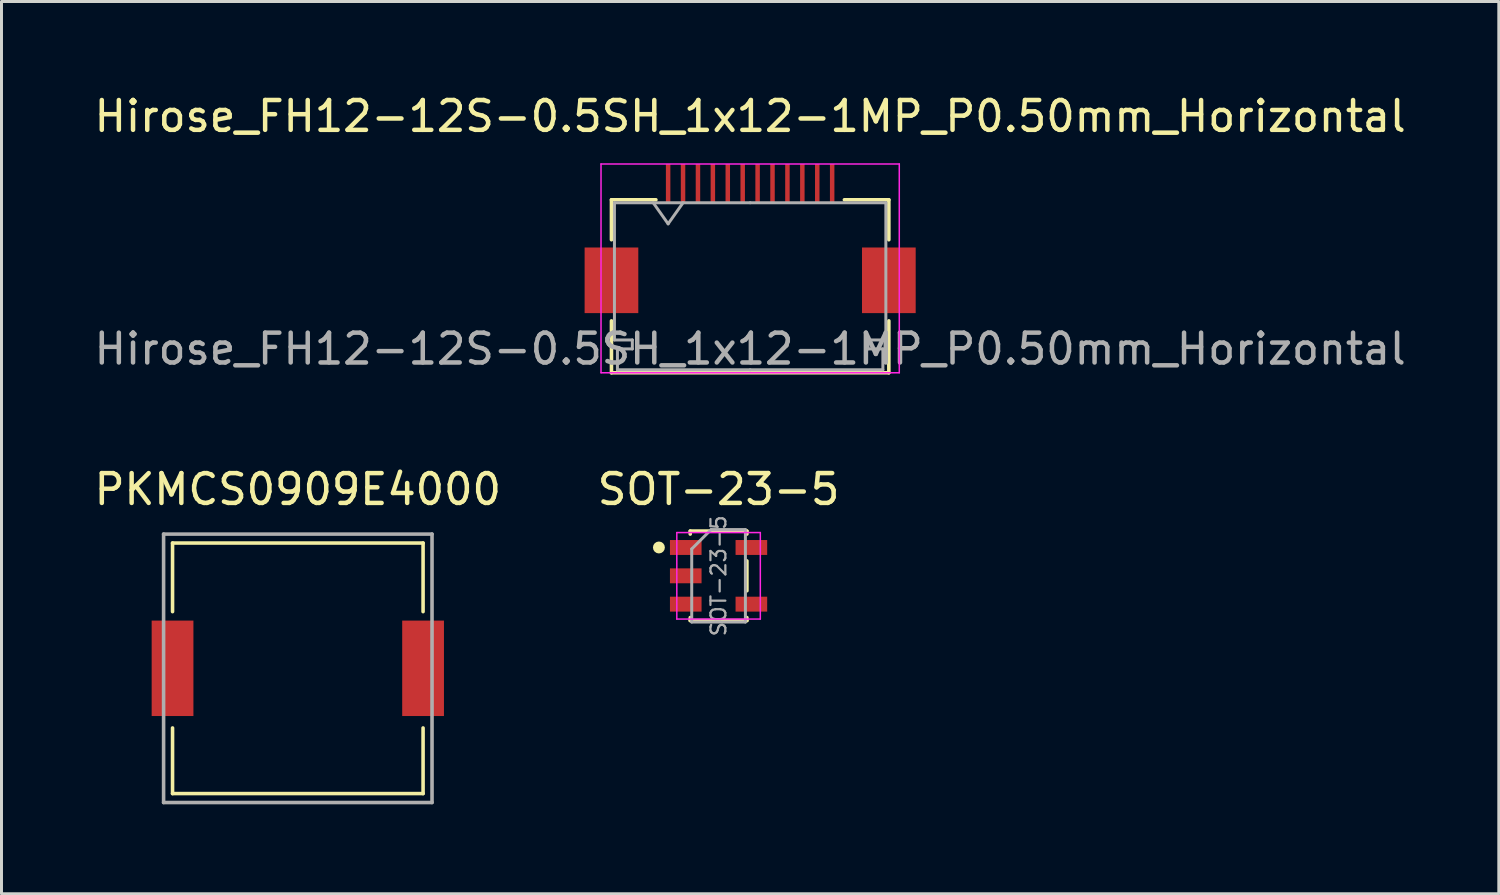
<source format=kicad_pcb>
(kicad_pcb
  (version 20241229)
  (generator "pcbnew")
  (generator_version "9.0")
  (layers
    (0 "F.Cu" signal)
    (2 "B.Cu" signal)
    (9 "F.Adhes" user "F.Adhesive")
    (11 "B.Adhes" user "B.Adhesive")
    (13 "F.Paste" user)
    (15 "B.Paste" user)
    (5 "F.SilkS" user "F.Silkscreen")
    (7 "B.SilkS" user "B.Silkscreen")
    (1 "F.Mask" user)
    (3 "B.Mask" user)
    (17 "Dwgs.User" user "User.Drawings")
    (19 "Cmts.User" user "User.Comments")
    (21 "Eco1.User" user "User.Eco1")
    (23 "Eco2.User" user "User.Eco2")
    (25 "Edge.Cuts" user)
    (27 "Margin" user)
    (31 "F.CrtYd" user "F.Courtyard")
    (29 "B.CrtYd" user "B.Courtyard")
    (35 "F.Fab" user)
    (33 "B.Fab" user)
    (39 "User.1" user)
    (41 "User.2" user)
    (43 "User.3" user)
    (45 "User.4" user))
  (footprint "SOT-23-5"
    (layer "F.Cu")
    (at 21.042 16.256)
    (property "Reference" "SOT-23-5" (at 0 -2.9 0) (layer "F.SilkS") (effects (font (size 1 1) (thickness 0.15))))
    (attr smd)
    (fp_line (start -0.95 -1.5) (end -0.95 -1.4) (stroke (width 0.12) (type solid)) (layer "F.SilkS"))
    (fp_line (start -0.95 1.4) (end -0.95 1.5) (stroke (width 0.12) (type solid)) (layer "F.SilkS"))
    (fp_line (start -0.95 1.5) (end 0.95 1.5) (stroke (width 0.12) (type solid)) (layer "F.SilkS"))
    (fp_line (start 0.95 -1.5) (end -0.95 -1.5) (stroke (width 0.12) (type solid)) (layer "F.SilkS"))
    (fp_line (start 0.95 -1.4) (end 0.95 -1.5) (stroke (width 0.12) (type solid)) (layer "F.SilkS"))
    (fp_line (start 0.95 -0.5) (end 0.95 0.5) (stroke (width 0.12) (type solid)) (layer "F.SilkS"))
    (fp_line (start 0.95 1.5) (end 0.95 1.4) (stroke (width 0.12) (type solid)) (layer "F.SilkS"))
    (fp_circle (center -2 -0.95) (end -1.9 -0.95) (stroke (width 0.2) (type solid)) (fill no) (layer "F.SilkS"))
    (fp_line (start -1.4 -1.45) (end 1.4 -1.45) (stroke (width 0.05) (type solid)) (layer "F.CrtYd"))
    (fp_line (start -1.4 1.45) (end -1.4 -1.45) (stroke (width 0.05) (type solid)) (layer "F.CrtYd"))
    (fp_line (start 1.4 -1.45) (end 1.4 1.45) (stroke (width 0.05) (type solid)) (layer "F.CrtYd"))
    (fp_line (start 1.4 1.45) (end -1.4 1.45) (stroke (width 0.05) (type solid)) (layer "F.CrtYd"))
    (fp_line (start -0.9 -0.9) (end -0.9 1.55) (stroke (width 0.1) (type solid)) (layer "F.Fab"))
    (fp_line (start -0.9 -0.9) (end -0.25 -1.55) (stroke (width 0.1) (type solid)) (layer "F.Fab"))
    (fp_line (start 0.9 -1.55) (end -0.25 -1.55) (stroke (width 0.1) (type solid)) (layer "F.Fab"))
    (fp_line (start 0.9 -1.55) (end 0.9 1.55) (stroke (width 0.1) (type solid)) (layer "F.Fab"))
    (fp_line (start 0.9 1.55) (end -0.9 1.55) (stroke (width 0.1) (type solid)) (layer "F.Fab"))
    (fp_text user "${REFERENCE}" (at 0 0 90) (layer "F.Fab") (effects (font (size 0.5 0.5) (thickness 0.075))))
    (pad "1" smd rect (at -1.1 -0.95) (size 1.06 0.5) (layers "F.Cu" "F.Mask" "F.Paste"))
    (pad "2" smd rect (at -1.1 0) (size 1.06 0.5) (layers "F.Cu" "F.Mask" "F.Paste"))
    (pad "3" smd rect (at -1.1 0.95) (size 1.06 0.5) (layers "F.Cu" "F.Mask" "F.Paste"))
    (pad "4" smd rect (at 1.1 0.95) (size 1.06 0.5) (layers "F.Cu" "F.Mask" "F.Paste"))
    (pad "5" smd rect (at 1.1 -0.95) (size 1.06 0.5) (layers "F.Cu" "F.Mask" "F.Paste")))
  (footprint "Hirose_FH12-12S-0.5SH_1x12-1MP_P0.50mm_Horizontal"
    (layer "F.Cu")
    (at 22.101 4.948)
    (property "Reference" "Hirose_FH12-12S-0.5SH_1x12-1MP_P0.50mm_Horizontal" (at 0 -4.1 0) (layer "F.SilkS") (effects (font (size 1 1) (thickness 0.15))))
    (attr smd)
    (fp_line (start -4.65 -1.3) (end -4.65 0.04) (stroke (width 0.12) (type solid)) (layer "F.SilkS"))
    (fp_line (start -4.65 2.76) (end -4.65 4.5) (stroke (width 0.12) (type solid)) (layer "F.SilkS"))
    (fp_line (start -4.65 4.5) (end 4.65 4.5) (stroke (width 0.12) (type solid)) (layer "F.SilkS"))
    (fp_line (start -3.16 -1.3) (end -4.65 -1.3) (stroke (width 0.12) (type solid)) (layer "F.SilkS"))
    (fp_line (start 3.16 -1.3) (end 4.65 -1.3) (stroke (width 0.12) (type solid)) (layer "F.SilkS"))
    (fp_line (start 4.65 -1.3) (end 4.65 0.04) (stroke (width 0.12) (type solid)) (layer "F.SilkS"))
    (fp_line (start 4.65 4.5) (end 4.65 2.76) (stroke (width 0.12) (type solid)) (layer "F.SilkS"))
    (fp_line (start -5 -2.5) (end -5 4.5) (stroke (width 0.05) (type solid)) (layer "F.CrtYd"))
    (fp_line (start -5 4.5) (end 5 4.5) (stroke (width 0.05) (type solid)) (layer "F.CrtYd"))
    (fp_line (start 5 -2.5) (end -5 -2.5) (stroke (width 0.05) (type solid)) (layer "F.CrtYd"))
    (fp_line (start 5 4.5) (end 5 -2.5) (stroke (width 0.05) (type solid)) (layer "F.CrtYd"))
    (fp_line (start -4.55 -1.2) (end -4.55 3.4) (stroke (width 0.1) (type solid)) (layer "F.Fab"))
    (fp_line (start -4.55 3.4) (end -3.95 3.4) (stroke (width 0.1) (type solid)) (layer "F.Fab"))
    (fp_line (start -4.45 3.7) (end -4.45 4.4) (stroke (width 0.1) (type solid)) (layer "F.Fab"))
    (fp_line (start -4.45 4.4) (end 0 4.4) (stroke (width 0.1) (type solid)) (layer "F.Fab"))
    (fp_line (start -3.95 3.4) (end -3.95 3.7) (stroke (width 0.1) (type solid)) (layer "F.Fab"))
    (fp_line (start -3.95 3.7) (end -4.45 3.7) (stroke (width 0.1) (type solid)) (layer "F.Fab"))
    (fp_line (start -3.25 -1.2) (end -2.75 -0.493) (stroke (width 0.1) (type solid)) (layer "F.Fab"))
    (fp_line (start -2.75 -0.493) (end -2.25 -1.2) (stroke (width 0.1) (type solid)) (layer "F.Fab"))
    (fp_line (start 0 -1.2) (end -4.55 -1.2) (stroke (width 0.1) (type solid)) (layer "F.Fab"))
    (fp_line (start 0 -1.2) (end 4.55 -1.2) (stroke (width 0.1) (type solid)) (layer "F.Fab"))
    (fp_line (start 3.95 3.4) (end 3.95 3.7) (stroke (width 0.1) (type solid)) (layer "F.Fab"))
    (fp_line (start 3.95 3.7) (end 4.45 3.7) (stroke (width 0.1) (type solid)) (layer "F.Fab"))
    (fp_line (start 4.45 3.7) (end 4.45 4.4) (stroke (width 0.1) (type solid)) (layer "F.Fab"))
    (fp_line (start 4.45 4.4) (end 0 4.4) (stroke (width 0.1) (type solid)) (layer "F.Fab"))
    (fp_line (start 4.55 -1.2) (end 4.55 3.4) (stroke (width 0.1) (type solid)) (layer "F.Fab"))
    (fp_line (start 4.55 3.4) (end 3.95 3.4) (stroke (width 0.1) (type solid)) (layer "F.Fab"))
    (fp_text user "${REFERENCE}" (at 0 3.7 0) (layer "F.Fab") (effects (font (size 1 1) (thickness 0.15))))
    (pad "" smd rect (at -4.65 1.4) (size 1.8 2.2) (layers "F.Cu" "F.Mask" "F.Paste"))
    (pad "" smd rect (at 4.65 1.4) (size 1.8 2.2) (layers "F.Cu" "F.Mask" "F.Paste"))
    (pad "1" smd rect (at 2.75 -1.85) (size 0.15 1.3) (layers "F.Cu" "F.Mask" "F.Paste"))
    (pad "2" smd rect (at 2.25 -1.85) (size 0.15 1.3) (layers "F.Cu" "F.Mask" "F.Paste"))
    (pad "3" smd rect (at 1.75 -1.85) (size 0.15 1.3) (layers "F.Cu" "F.Mask" "F.Paste"))
    (pad "4" smd rect (at 1.25 -1.85) (size 0.15 1.3) (layers "F.Cu" "F.Mask" "F.Paste"))
    (pad "5" smd rect (at 0.75 -1.85) (size 0.15 1.3) (layers "F.Cu" "F.Mask" "F.Paste"))
    (pad "6" smd rect (at 0.25 -1.85) (size 0.15 1.3) (layers "F.Cu" "F.Mask" "F.Paste"))
    (pad "7" smd rect (at -0.25 -1.85) (size 0.15 1.3) (layers "F.Cu" "F.Mask" "F.Paste"))
    (pad "8" smd rect (at -0.75 -1.85) (size 0.15 1.3) (layers "F.Cu" "F.Mask" "F.Paste"))
    (pad "9" smd rect (at -1.25 -1.85) (size 0.15 1.3) (layers "F.Cu" "F.Mask" "F.Paste"))
    (pad "10" smd rect (at -1.75 -1.85) (size 0.15 1.3) (layers "F.Cu" "F.Mask" "F.Paste"))
    (pad "11" smd rect (at -2.25 -1.85) (size 0.15 1.3) (layers "F.Cu" "F.Mask" "F.Paste"))
    (pad "12" smd rect (at -2.75 -1.85) (size 0.15 1.3) (layers "F.Cu" "F.Mask" "F.Paste")))
  (footprint "PKMCS0909E4000"
    (layer "F.Cu")
    (at 6.935 19.357)
    (property "Reference" "PKMCS0909E4000" (at 0 -6 0) (layer "F.SilkS") (effects (font (size 1 1) (thickness 0.15))))
    (attr through_hole)
    (fp_line (start -4.2 -4.2) (end 4.2 -4.2) (stroke (width 0.12) (type solid)) (layer "F.SilkS"))
    (fp_line (start -4.2 -1.9) (end -4.2 -4.2) (stroke (width 0.12) (type solid)) (layer "F.SilkS"))
    (fp_line (start -4.2 4.2) (end -4.2 2) (stroke (width 0.12) (type solid)) (layer "F.SilkS"))
    (fp_line (start 4.2 -4.2) (end 4.2 -1.9) (stroke (width 0.12) (type solid)) (layer "F.SilkS"))
    (fp_line (start 4.2 2) (end 4.2 4.2) (stroke (width 0.12) (type solid)) (layer "F.SilkS"))
    (fp_line (start 4.2 4.2) (end -4.2 4.2) (stroke (width 0.12) (type solid)) (layer "F.SilkS"))
    (fp_line (start -4.5 -4.5) (end 4.5 -4.5) (stroke (width 0.12) (type solid)) (layer "F.Fab"))
    (fp_line (start -4.5 4.5) (end -4.5 -4.5) (stroke (width 0.12) (type solid)) (layer "F.Fab"))
    (fp_line (start 4.5 -4.5) (end 4.5 4.5) (stroke (width 0.12) (type solid)) (layer "F.Fab"))
    (fp_line (start 4.5 4.5) (end -4.5 4.5) (stroke (width 0.12) (type solid)) (layer "F.Fab"))
    (pad "1" smd rect (at -4.2 0) (size 1.4 3.2) (layers "F.Cu" "F.Mask" "F.Paste"))
    (pad "2" smd rect (at 4.2 0) (size 1.4 3.2) (layers "F.Cu" "F.Mask" "F.Paste")))
  (gr_rect
    (start -3 -3)
    (end 47.202 26.916)
    (stroke (width 0.1) (type default))
    (fill no)
    (layer "Edge.Cuts")))
</source>
